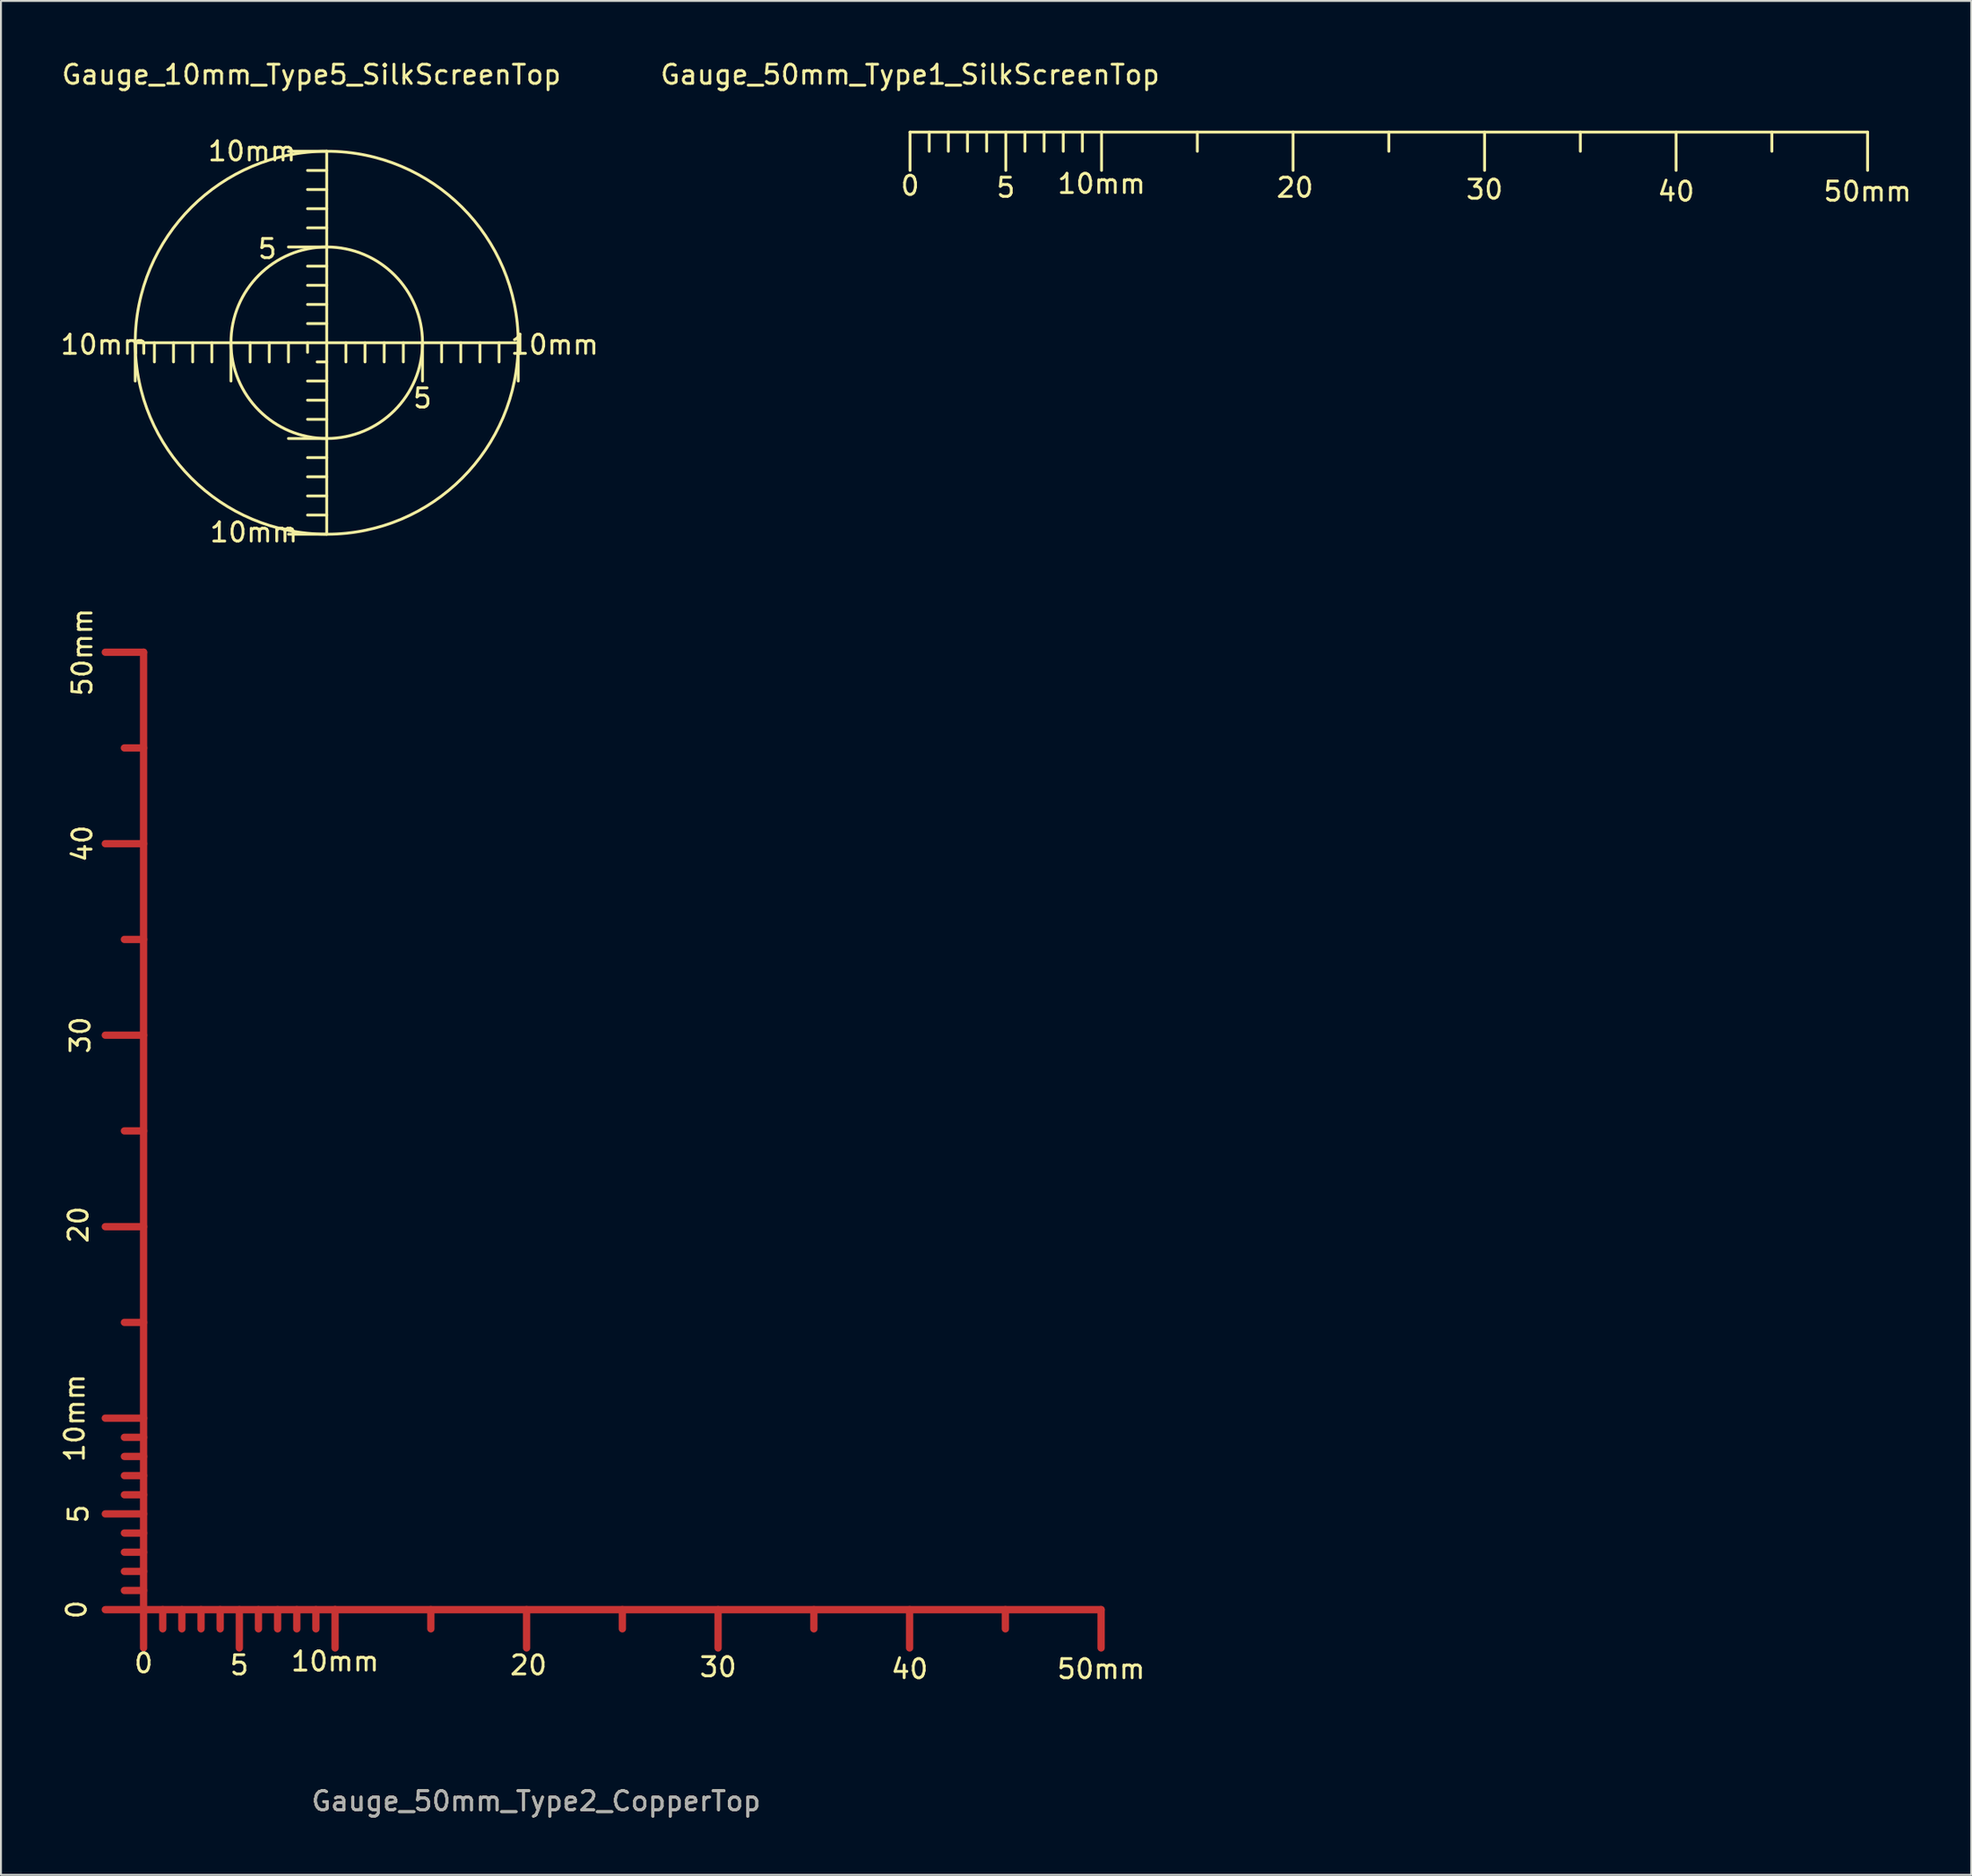
<source format=kicad_pcb>
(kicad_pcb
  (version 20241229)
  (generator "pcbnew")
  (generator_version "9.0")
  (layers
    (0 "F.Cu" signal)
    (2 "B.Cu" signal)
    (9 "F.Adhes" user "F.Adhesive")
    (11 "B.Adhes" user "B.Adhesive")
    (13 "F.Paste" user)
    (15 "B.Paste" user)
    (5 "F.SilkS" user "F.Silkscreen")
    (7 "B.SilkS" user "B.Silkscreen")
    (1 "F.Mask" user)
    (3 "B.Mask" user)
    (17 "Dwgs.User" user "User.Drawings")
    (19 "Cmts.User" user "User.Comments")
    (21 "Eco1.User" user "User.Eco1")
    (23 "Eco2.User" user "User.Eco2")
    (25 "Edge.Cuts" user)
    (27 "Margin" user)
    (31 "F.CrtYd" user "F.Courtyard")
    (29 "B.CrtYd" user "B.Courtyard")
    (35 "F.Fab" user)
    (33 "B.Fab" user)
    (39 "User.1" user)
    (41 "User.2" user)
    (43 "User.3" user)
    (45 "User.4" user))
  (footprint "Gauge_50mm_Type2_CopperTop"
    (layer "F.Cu")
    (at 4.447 81.011)
    (property "Reference" "Gauge_50mm_Type2_CopperTop" (at 20.5 10 0) (layer "F.SilkS") (effects (font (size 1 1) (thickness 0.15))))
    (attr exclude_from_pos_files exclude_from_bom)
    (fp_line (start 0 -50) (end -1.999 -50) (stroke (width 0.381) (type solid)) (layer "F.Cu"))
    (fp_line (start 0 -45.001) (end -1.001 -45.001) (stroke (width 0.381) (type solid)) (layer "F.Cu"))
    (fp_line (start 0 -40) (end -1.999 -40) (stroke (width 0.381) (type solid)) (layer "F.Cu"))
    (fp_line (start 0 -35.001) (end -1.001 -35.001) (stroke (width 0.381) (type solid)) (layer "F.Cu"))
    (fp_line (start 0 -30) (end -1.999 -30) (stroke (width 0.381) (type solid)) (layer "F.Cu"))
    (fp_line (start 0 -25.001) (end -1.001 -25.001) (stroke (width 0.381) (type solid)) (layer "F.Cu"))
    (fp_line (start 0 -20) (end -1.999 -20) (stroke (width 0.381) (type solid)) (layer "F.Cu"))
    (fp_line (start 0 -15.001) (end -1.001 -15.001) (stroke (width 0.381) (type solid)) (layer "F.Cu"))
    (fp_line (start 0 -10) (end -1.999 -10) (stroke (width 0.381) (type solid)) (layer "F.Cu"))
    (fp_line (start 0 -8.999) (end -1.001 -8.999) (stroke (width 0.381) (type solid)) (layer "F.Cu"))
    (fp_line (start 0 -8.001) (end -1.001 -8.001) (stroke (width 0.381) (type solid)) (layer "F.Cu"))
    (fp_line (start 0 -7) (end -1.001 -7) (stroke (width 0.381) (type solid)) (layer "F.Cu"))
    (fp_line (start 0 -5.999) (end -1.001 -5.999) (stroke (width 0.381) (type solid)) (layer "F.Cu"))
    (fp_line (start 0 -5.001) (end -1.999 -5.001) (stroke (width 0.381) (type solid)) (layer "F.Cu"))
    (fp_line (start 0 -4) (end -1.001 -4) (stroke (width 0.381) (type solid)) (layer "F.Cu"))
    (fp_line (start 0 -3) (end -1.001 -3) (stroke (width 0.381) (type solid)) (layer "F.Cu"))
    (fp_line (start 0 -1.999) (end -1.001 -1.999) (stroke (width 0.381) (type solid)) (layer "F.Cu"))
    (fp_line (start 0 -1.001) (end -1.001 -1.001) (stroke (width 0.381) (type solid)) (layer "F.Cu"))
    (fp_line (start 0 0) (end -1.999 0) (stroke (width 0.381) (type solid)) (layer "F.Cu"))
    (fp_line (start 0 0) (end 0 -50) (stroke (width 0.381) (type solid)) (layer "F.Cu"))
    (fp_line (start 0 0) (end 0 1.999) (stroke (width 0.381) (type solid)) (layer "F.Cu"))
    (fp_line (start 0 0) (end 10 0) (stroke (width 0.381) (type solid)) (layer "F.Cu"))
    (fp_line (start 1.001 0) (end 1.001 1.001) (stroke (width 0.381) (type solid)) (layer "F.Cu"))
    (fp_line (start 1.999 0) (end 1.999 1.001) (stroke (width 0.381) (type solid)) (layer "F.Cu"))
    (fp_line (start 3 0) (end 3 1.001) (stroke (width 0.381) (type solid)) (layer "F.Cu"))
    (fp_line (start 4 0) (end 4 1.001) (stroke (width 0.381) (type solid)) (layer "F.Cu"))
    (fp_line (start 5.001 0) (end 5.001 1.999) (stroke (width 0.381) (type solid)) (layer "F.Cu"))
    (fp_line (start 5.999 0) (end 5.999 1.001) (stroke (width 0.381) (type solid)) (layer "F.Cu"))
    (fp_line (start 7 0) (end 7 1.001) (stroke (width 0.381) (type solid)) (layer "F.Cu"))
    (fp_line (start 8.001 0) (end 8.001 1.001) (stroke (width 0.381) (type solid)) (layer "F.Cu"))
    (fp_line (start 8.999 0) (end 8.999 1.001) (stroke (width 0.381) (type solid)) (layer "F.Cu"))
    (fp_line (start 10 0) (end 10 1.999) (stroke (width 0.381) (type solid)) (layer "F.Cu"))
    (fp_line (start 10 0) (end 50 0) (stroke (width 0.381) (type solid)) (layer "F.Cu"))
    (fp_line (start 15.001 0) (end 15.001 1.001) (stroke (width 0.381) (type solid)) (layer "F.Cu"))
    (fp_line (start 20 0) (end 20 1.999) (stroke (width 0.381) (type solid)) (layer "F.Cu"))
    (fp_line (start 25.001 0) (end 25.001 1.001) (stroke (width 0.381) (type solid)) (layer "F.Cu"))
    (fp_line (start 30 0) (end 30 1.999) (stroke (width 0.381) (type solid)) (layer "F.Cu"))
    (fp_line (start 35.001 0) (end 35.001 1.001) (stroke (width 0.381) (type solid)) (layer "F.Cu"))
    (fp_line (start 40 0) (end 40 1.999) (stroke (width 0.381) (type solid)) (layer "F.Cu"))
    (fp_line (start 45.001 0) (end 45.001 1.001) (stroke (width 0.381) (type solid)) (layer "F.Cu"))
    (fp_line (start 50 0) (end 50 1.999) (stroke (width 0.381) (type solid)) (layer "F.Cu"))
    (fp_text user "20" (at 20.099 2.901 0) (layer "F.SilkS") (effects (font (size 1 1) (thickness 0.15))))
    (fp_text user "40" (at -3.198 -40.002 90) (layer "F.SilkS") (effects (font (size 1 1) (thickness 0.15))))
    (fp_text user "0" (at 0 2.799 0) (layer "F.SilkS") (effects (font (size 1 1) (thickness 0.15))))
    (fp_text user "5" (at -3.399 -5.001 90) (layer "F.SilkS") (effects (font (size 1 1) (thickness 0.15))))
    (fp_text user "30" (at 30 3 0) (layer "F.SilkS") (effects (font (size 1 1) (thickness 0.15))))
    (fp_text user "10mm" (at -3.599 -10.003 90) (layer "F.SilkS") (effects (font (size 1 1) (thickness 0.15))))
    (fp_text user "0" (at -3.5 -0.003 90) (layer "F.SilkS") (effects (font (size 1 1) (thickness 0.15))))
    (fp_text user "30" (at -3.299 -30.002 90) (layer "F.SilkS") (effects (font (size 1 1) (thickness 0.15))))
    (fp_text user "50mm" (at -3.198 -50.002 90) (layer "F.SilkS") (effects (font (size 1 1) (thickness 0.15))))
    (fp_text user "40" (at 40 3.101 0) (layer "F.SilkS") (effects (font (size 1 1) (thickness 0.15))))
    (fp_text user "10mm" (at 10 2.7 0) (layer "F.SilkS") (effects (font (size 1 1) (thickness 0.15))))
    (fp_text user "5" (at 4.999 2.901 0) (layer "F.SilkS") (effects (font (size 1 1) (thickness 0.15))))
    (fp_text user "20" (at -3.399 -20.102 90) (layer "F.SilkS") (effects (font (size 1 1) (thickness 0.15))))
    (fp_text user "50mm" (at 50 3.101 0) (layer "F.SilkS") (effects (font (size 1 1) (thickness 0.15))))
    (fp_text user "${REFERENCE}" (at 20.5 10 0) (layer "F.Fab") (effects (font (size 1 1) (thickness 0.15)))))
  (footprint "Gauge_50mm_Type1_SilkScreenTop"
    (layer "F.Cu")
    (at 44.47 3.848)
    (property "Reference" "Gauge_50mm_Type1_SilkScreenTop" (at 0 -3 0) (layer "F.SilkS") (effects (font (size 1 1) (thickness 0.15))))
    (attr exclude_from_pos_files exclude_from_bom)
    (fp_line (start 0 0) (end 0 1.999) (stroke (width 0.15) (type solid)) (layer "F.SilkS"))
    (fp_line (start 0 0) (end 10 0) (stroke (width 0.15) (type solid)) (layer "F.SilkS"))
    (fp_line (start 1.001 0) (end 1.001 1.001) (stroke (width 0.15) (type solid)) (layer "F.SilkS"))
    (fp_line (start 1.999 0) (end 1.999 1.001) (stroke (width 0.15) (type solid)) (layer "F.SilkS"))
    (fp_line (start 3 0) (end 3 1.001) (stroke (width 0.15) (type solid)) (layer "F.SilkS"))
    (fp_line (start 4 0) (end 4 1.001) (stroke (width 0.15) (type solid)) (layer "F.SilkS"))
    (fp_line (start 5.001 0) (end 5.001 1.999) (stroke (width 0.15) (type solid)) (layer "F.SilkS"))
    (fp_line (start 5.999 0) (end 5.999 1.001) (stroke (width 0.15) (type solid)) (layer "F.SilkS"))
    (fp_line (start 7 0) (end 7 1.001) (stroke (width 0.15) (type solid)) (layer "F.SilkS"))
    (fp_line (start 8.001 0) (end 8.001 1.001) (stroke (width 0.15) (type solid)) (layer "F.SilkS"))
    (fp_line (start 8.999 0) (end 8.999 1.001) (stroke (width 0.15) (type solid)) (layer "F.SilkS"))
    (fp_line (start 10 0) (end 10 1.999) (stroke (width 0.15) (type solid)) (layer "F.SilkS"))
    (fp_line (start 10 0) (end 50 0) (stroke (width 0.15) (type solid)) (layer "F.SilkS"))
    (fp_line (start 15.001 0) (end 15.001 1.001) (stroke (width 0.15) (type solid)) (layer "F.SilkS"))
    (fp_line (start 20 0) (end 20 1.999) (stroke (width 0.15) (type solid)) (layer "F.SilkS"))
    (fp_line (start 25.001 0) (end 25.001 1.001) (stroke (width 0.15) (type solid)) (layer "F.SilkS"))
    (fp_line (start 30 0) (end 30 1.999) (stroke (width 0.15) (type solid)) (layer "F.SilkS"))
    (fp_line (start 35.001 0) (end 35.001 1.001) (stroke (width 0.15) (type solid)) (layer "F.SilkS"))
    (fp_line (start 40 0) (end 40 1.999) (stroke (width 0.15) (type solid)) (layer "F.SilkS"))
    (fp_line (start 45.001 0) (end 45.001 1.001) (stroke (width 0.15) (type solid)) (layer "F.SilkS"))
    (fp_line (start 50 0) (end 50 1.999) (stroke (width 0.15) (type solid)) (layer "F.SilkS"))
    (fp_text user "0" (at 0 2.799 0) (layer "F.SilkS") (effects (font (size 1 1) (thickness 0.15))))
    (fp_text user "5" (at 4.999 2.901 0) (layer "F.SilkS") (effects (font (size 1 1) (thickness 0.15))))
    (fp_text user "20" (at 20.099 2.901 0) (layer "F.SilkS") (effects (font (size 1 1) (thickness 0.15))))
    (fp_text user "50mm" (at 50 3.101 0) (layer "F.SilkS") (effects (font (size 1 1) (thickness 0.15))))
    (fp_text user "10mm" (at 10 2.7 0) (layer "F.SilkS") (effects (font (size 1 1) (thickness 0.15))))
    (fp_text user "30" (at 30 3 0) (layer "F.SilkS") (effects (font (size 1 1) (thickness 0.15))))
    (fp_text user "40" (at 40 3.101 0) (layer "F.SilkS") (effects (font (size 1 1) (thickness 0.15)))))
  (footprint "Gauge_10mm_Type5_SilkScreenTop"
    (layer "F.Cu")
    (at 14.011 14.849)
    (property "Reference" "Gauge_10mm_Type5_SilkScreenTop" (at -0.8 -14 0) (layer "F.SilkS") (effects (font (size 1 1) (thickness 0.15))))
    (attr exclude_from_pos_files exclude_from_bom)
    (fp_line (start -10 0) (end -10 1.999) (stroke (width 0.15) (type solid)) (layer "F.SilkS"))
    (fp_line (start -8.999 0) (end -8.999 1.001) (stroke (width 0.15) (type solid)) (layer "F.SilkS"))
    (fp_line (start -8.001 0) (end -8.001 1.001) (stroke (width 0.15) (type solid)) (layer "F.SilkS"))
    (fp_line (start -7 0) (end -7 1.001) (stroke (width 0.15) (type solid)) (layer "F.SilkS"))
    (fp_line (start -5.999 0) (end -5.999 1.001) (stroke (width 0.15) (type solid)) (layer "F.SilkS"))
    (fp_line (start -5.001 0) (end -5.001 1.999) (stroke (width 0.15) (type solid)) (layer "F.SilkS"))
    (fp_line (start -4 0) (end -4 1.001) (stroke (width 0.15) (type solid)) (layer "F.SilkS"))
    (fp_line (start -3 0) (end -3 1.001) (stroke (width 0.15) (type solid)) (layer "F.SilkS"))
    (fp_line (start -1.999 0) (end -1.999 1.001) (stroke (width 0.15) (type solid)) (layer "F.SilkS"))
    (fp_line (start -1.001 0) (end -1.001 0.5) (stroke (width 0.15) (type solid)) (layer "F.SilkS"))
    (fp_line (start 0 -10) (end -1.999 -10) (stroke (width 0.15) (type solid)) (layer "F.SilkS"))
    (fp_line (start 0 -8.999) (end -1.001 -8.999) (stroke (width 0.15) (type solid)) (layer "F.SilkS"))
    (fp_line (start 0 -8.001) (end -1.001 -8.001) (stroke (width 0.15) (type solid)) (layer "F.SilkS"))
    (fp_line (start 0 -7) (end -1.001 -7) (stroke (width 0.15) (type solid)) (layer "F.SilkS"))
    (fp_line (start 0 -5.999) (end -1.001 -5.999) (stroke (width 0.15) (type solid)) (layer "F.SilkS"))
    (fp_line (start 0 -5.001) (end -1.999 -5.001) (stroke (width 0.15) (type solid)) (layer "F.SilkS"))
    (fp_line (start 0 -4) (end -1.001 -4) (stroke (width 0.15) (type solid)) (layer "F.SilkS"))
    (fp_line (start 0 -3) (end -1.001 -3) (stroke (width 0.15) (type solid)) (layer "F.SilkS"))
    (fp_line (start 0 -1.999) (end -1.001 -1.999) (stroke (width 0.15) (type solid)) (layer "F.SilkS"))
    (fp_line (start 0 -1.001) (end -1.001 -1.001) (stroke (width 0.15) (type solid)) (layer "F.SilkS"))
    (fp_line (start 0 0) (end -10 0) (stroke (width 0.15) (type solid)) (layer "F.SilkS"))
    (fp_line (start 0 0) (end 0 -10) (stroke (width 0.15) (type solid)) (layer "F.SilkS"))
    (fp_line (start 0 0) (end 0 1.999) (stroke (width 0.15) (type solid)) (layer "F.SilkS"))
    (fp_line (start 0 0) (end 10 0) (stroke (width 0.15) (type solid)) (layer "F.SilkS"))
    (fp_line (start 0 1.001) (end -0.5 1.001) (stroke (width 0.15) (type solid)) (layer "F.SilkS"))
    (fp_line (start 0 1.999) (end -1.001 1.999) (stroke (width 0.15) (type solid)) (layer "F.SilkS"))
    (fp_line (start 0 1.999) (end 0 10) (stroke (width 0.15) (type solid)) (layer "F.SilkS"))
    (fp_line (start 0 3) (end -1.001 3) (stroke (width 0.15) (type solid)) (layer "F.SilkS"))
    (fp_line (start 0 4) (end -1.001 4) (stroke (width 0.15) (type solid)) (layer "F.SilkS"))
    (fp_line (start 0 5.001) (end -1.999 5.001) (stroke (width 0.15) (type solid)) (layer "F.SilkS"))
    (fp_line (start 0 5.999) (end -1.001 5.999) (stroke (width 0.15) (type solid)) (layer "F.SilkS"))
    (fp_line (start 0 7) (end -1.001 7) (stroke (width 0.15) (type solid)) (layer "F.SilkS"))
    (fp_line (start 0 8.001) (end -1.001 8.001) (stroke (width 0.15) (type solid)) (layer "F.SilkS"))
    (fp_line (start 0 8.999) (end -1.001 8.999) (stroke (width 0.15) (type solid)) (layer "F.SilkS"))
    (fp_line (start 0 10) (end -1.999 10) (stroke (width 0.15) (type solid)) (layer "F.SilkS"))
    (fp_line (start 1.001 0) (end 1.001 1.001) (stroke (width 0.15) (type solid)) (layer "F.SilkS"))
    (fp_line (start 1.999 0) (end 1.999 1.001) (stroke (width 0.15) (type solid)) (layer "F.SilkS"))
    (fp_line (start 3 0) (end 3 1.001) (stroke (width 0.15) (type solid)) (layer "F.SilkS"))
    (fp_line (start 4 0) (end 4 1.001) (stroke (width 0.15) (type solid)) (layer "F.SilkS"))
    (fp_line (start 5.001 0) (end 5.001 1.999) (stroke (width 0.15) (type solid)) (layer "F.SilkS"))
    (fp_line (start 5.999 0) (end 5.999 1.001) (stroke (width 0.15) (type solid)) (layer "F.SilkS"))
    (fp_line (start 7 0) (end 7 1.001) (stroke (width 0.15) (type solid)) (layer "F.SilkS"))
    (fp_line (start 8.001 0) (end 8.001 1.001) (stroke (width 0.15) (type solid)) (layer "F.SilkS"))
    (fp_line (start 8.999 0) (end 8.999 1.001) (stroke (width 0.15) (type solid)) (layer "F.SilkS"))
    (fp_line (start 10 0) (end 10 1.999) (stroke (width 0.15) (type solid)) (layer "F.SilkS"))
    (fp_circle (center 0 0) (end 5.001 0) (stroke (width 0.15) (type solid)) (fill no) (layer "F.SilkS"))
    (fp_circle (center 0 0) (end 10 0) (stroke (width 0.15) (type solid)) (fill no) (layer "F.SilkS"))
    (fp_text user "5" (at 4.999 2.901 0) (layer "F.SilkS") (effects (font (size 1 1) (thickness 0.15))))
    (fp_text user "10mm" (at -11.6 0.099 0) (layer "F.SilkS") (effects (font (size 1 1) (thickness 0.15))))
    (fp_text user "5" (at -3.101 -4.9 0) (layer "F.SilkS") (effects (font (size 1 1) (thickness 0.15))))
    (fp_text user "10mm" (at 11.9 0.099 0) (layer "F.SilkS") (effects (font (size 1 1) (thickness 0.15))))
    (fp_text user "10mm" (at -3.8 9.901 0) (layer "F.SilkS") (effects (font (size 1 1) (thickness 0.15))))
    (fp_text user "10mm" (at -3.901 -10 0) (layer "F.SilkS") (effects (font (size 1 1) (thickness 0.15)))))
  (gr_rect
    (start -3 -3)
    (end 99.881 94.859)
    (stroke (width 0.1) (type default))
    (fill no)
    (layer "Edge.Cuts")))
</source>
